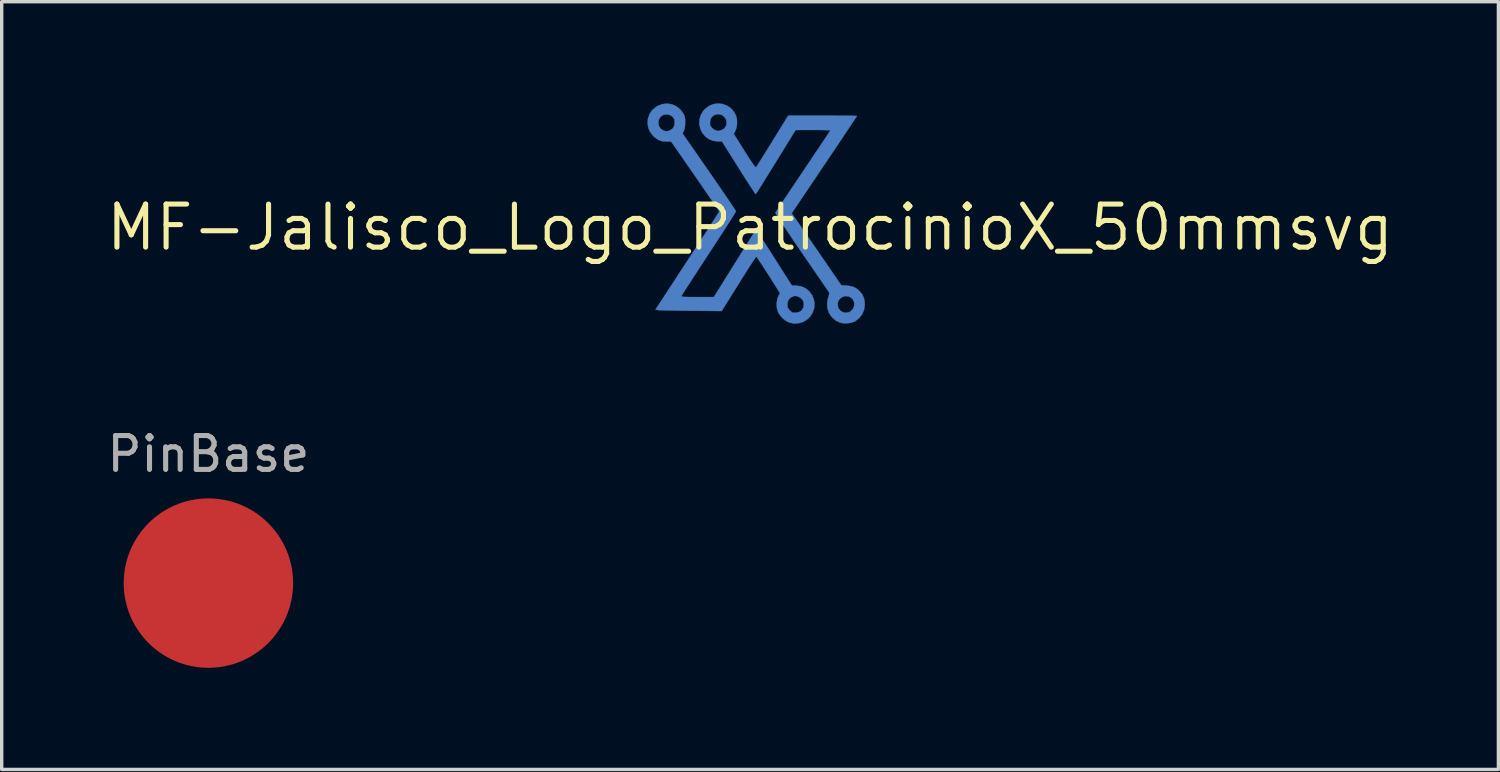
<source format=kicad_pcb>
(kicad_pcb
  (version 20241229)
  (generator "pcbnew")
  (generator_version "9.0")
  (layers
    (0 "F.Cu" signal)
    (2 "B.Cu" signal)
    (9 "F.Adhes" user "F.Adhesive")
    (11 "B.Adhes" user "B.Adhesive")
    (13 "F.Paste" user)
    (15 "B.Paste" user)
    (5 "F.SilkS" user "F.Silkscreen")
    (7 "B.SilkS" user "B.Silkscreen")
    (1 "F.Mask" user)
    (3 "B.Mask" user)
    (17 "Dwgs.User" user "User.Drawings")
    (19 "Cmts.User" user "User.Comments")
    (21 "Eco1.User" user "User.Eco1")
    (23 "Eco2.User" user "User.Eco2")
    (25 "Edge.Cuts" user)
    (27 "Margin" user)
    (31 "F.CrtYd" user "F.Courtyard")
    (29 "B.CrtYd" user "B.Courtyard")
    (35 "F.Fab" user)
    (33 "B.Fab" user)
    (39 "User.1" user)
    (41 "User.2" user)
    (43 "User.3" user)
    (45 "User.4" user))
  (footprint "MF-Jalisco_Logo_PatrocinioX_50mmsvg"
    (layer "F.Cu")
    (at 19.088 3.664)
    (property "Reference" "MF-Jalisco_Logo_PatrocinioX_50mmsvg" (at 0 0 0) (layer "F.SilkS") (effects (font (size 1.27 1.27) (thickness 0.15))))
    (attr through_hole)
    (fp_poly (pts (xy -2.304 -3.634) (xy -2.173 -3.575) (xy -2.058 -3.482) (xy -1.974 -3.369) (xy -1.943 -3.311) (xy -1.926 -3.257) (xy -1.917 -3.191) (xy -1.916 -3.101) (xy -1.92 -2.987) (xy -1.935 -2.903) (xy -1.954 -2.854) (xy -1.993 -2.776) (xy -1.205 -1.639) (xy -1.069 -1.443) (xy -0.941 -1.257) (xy -0.822 -1.084) (xy -0.714 -0.926) (xy -0.62 -0.788) (xy -0.541 -0.671) (xy -0.48 -0.579) (xy -0.438 -0.514) (xy -0.418 -0.481) (xy -0.416 -0.477) (xy -0.428 -0.455) (xy -0.46 -0.401) (xy -0.512 -0.317) (xy -0.582 -0.207) (xy -0.668 -0.074) (xy -0.767 0.081) (xy -0.879 0.253) (xy -1 0.44) (xy -1.13 0.639) (xy -1.213 0.766) (xy -1.347 0.971) (xy -1.475 1.167) (xy -1.593 1.349) (xy -1.702 1.516) (xy -1.797 1.664) (xy -1.879 1.79) (xy -1.944 1.891) (xy -1.991 1.965) (xy -2.018 2.008) (xy -2.023 2.018) (xy -2.024 2.03) (xy -2.015 2.038) (xy -1.99 2.044) (xy -1.944 2.049) (xy -1.874 2.051) (xy -1.773 2.053) (xy -1.638 2.053) (xy -1.552 2.053) (xy -1.068 2.053) (xy -0.471 1.095) (xy -0.357 0.912) (xy -0.249 0.739) (xy -0.149 0.579) (xy -0.06 0.436) (xy 0.017 0.314) (xy 0.079 0.216) (xy 0.123 0.145) (xy 0.149 0.106) (xy 0.154 0.099) (xy 0.162 0.092) (xy 0.174 0.095) (xy 0.191 0.108) (xy 0.216 0.137) (xy 0.25 0.182) (xy 0.296 0.248) (xy 0.355 0.337) (xy 0.429 0.451) (xy 0.521 0.594) (xy 0.632 0.768) (xy 0.708 0.887) (xy 1.234 1.714) (xy 1.352 1.715) (xy 1.5 1.735) (xy 1.632 1.792) (xy 1.743 1.88) (xy 1.829 1.994) (xy 1.883 2.131) (xy 1.899 2.223) (xy 1.894 2.371) (xy 1.852 2.506) (xy 1.779 2.623) (xy 1.682 2.718) (xy 1.564 2.788) (xy 1.432 2.827) (xy 1.29 2.833) (xy 1.15 2.802) (xy 1.039 2.744) (xy 0.937 2.656) (xy 0.855 2.551) (xy 0.826 2.495) (xy 0.792 2.371) (xy 0.788 2.287) (xy 1.101 2.287) (xy 1.107 2.35) (xy 1.132 2.4) (xy 1.175 2.45) (xy 1.223 2.493) (xy 1.262 2.514) (xy 1.313 2.517) (xy 1.359 2.514) (xy 1.435 2.501) (xy 1.487 2.475) (xy 1.528 2.437) (xy 1.576 2.355) (xy 1.589 2.262) (xy 1.568 2.172) (xy 1.542 2.128) (xy 1.483 2.073) (xy 1.41 2.035) (xy 1.338 2.019) (xy 1.305 2.022) (xy 1.204 2.064) (xy 1.139 2.128) (xy 1.106 2.217) (xy 1.101 2.287) (xy 0.788 2.287) (xy 0.786 2.236) (xy 0.806 2.105) (xy 0.839 2.021) (xy 0.883 1.936) (xy 0.542 1.398) (xy 0.456 1.264) (xy 0.377 1.141) (xy 0.307 1.035) (xy 0.25 0.95) (xy 0.209 0.891) (xy 0.186 0.862) (xy 0.183 0.859) (xy 0.168 0.876) (xy 0.134 0.926) (xy 0.082 1.004) (xy 0.014 1.107) (xy -0.066 1.232) (xy -0.157 1.376) (xy -0.256 1.533) (xy -0.336 1.662) (xy -0.838 2.466) (xy -1.754 2.458) (xy -1.949 2.456) (xy -2.133 2.453) (xy -2.301 2.45) (xy -2.448 2.447) (xy -2.569 2.444) (xy -2.66 2.441) (xy -2.716 2.438) (xy -2.731 2.436) (xy -2.792 2.424) (xy -1.851 0.985) (xy -1.706 0.762) (xy -1.567 0.55) (xy -1.437 0.35) (xy -1.317 0.166) (xy -1.21 -0.001) (xy -1.116 -0.146) (xy -1.037 -0.268) (xy -0.976 -0.364) (xy -0.934 -0.431) (xy -0.913 -0.466) (xy -0.91 -0.471) (xy -0.922 -0.491) (xy -0.956 -0.543) (xy -1.009 -0.623) (xy -1.081 -0.729) (xy -1.168 -0.857) (xy -1.269 -1.004) (xy -1.382 -1.168) (xy -1.503 -1.345) (xy -1.619 -1.512) (xy -2.328 -2.535) (xy -2.463 -2.536) (xy -2.593 -2.547) (xy -2.702 -2.584) (xy -2.804 -2.652) (xy -2.836 -2.679) (xy -2.935 -2.794) (xy -2.997 -2.923) (xy -3.021 -3.049) (xy -3.02 -3.089) (xy -2.71 -3.089) (xy -2.694 -3.002) (xy -2.649 -2.925) (xy -2.578 -2.872) (xy -2.503 -2.843) (xy -2.438 -2.841) (xy -2.364 -2.865) (xy -2.284 -2.919) (xy -2.237 -3) (xy -2.223 -3.095) (xy -2.238 -3.195) (xy -2.287 -3.269) (xy -2.35 -3.313) (xy -2.447 -3.342) (xy -2.545 -3.329) (xy -2.58 -3.314) (xy -2.653 -3.255) (xy -2.696 -3.177) (xy -2.71 -3.089) (xy -3.02 -3.089) (xy -3.016 -3.202) (xy -2.971 -3.341) (xy -2.89 -3.462) (xy -2.774 -3.56) (xy -2.733 -3.584) (xy -2.59 -3.64) (xy -2.445 -3.656) (xy -2.304 -3.634)) (stroke (width 0.01) (type solid)) (fill yes) (layer "B.Cu"))
    (fp_poly (pts (xy -0.813 -3.645) (xy -0.685 -3.599) (xy -0.57 -3.522) (xy -0.475 -3.415) (xy -0.413 -3.296) (xy -0.387 -3.183) (xy -0.385 -3.055) (xy -0.405 -2.931) (xy -0.437 -2.846) (xy -0.481 -2.762) (xy -0.164 -2.258) (xy -0.067 -2.106) (xy 0.009 -1.987) (xy 0.068 -1.899) (xy 0.112 -1.837) (xy 0.144 -1.799) (xy 0.165 -1.781) (xy 0.178 -1.78) (xy 0.179 -1.782) (xy 0.196 -1.805) (xy 0.232 -1.861) (xy 0.285 -1.945) (xy 0.353 -2.053) (xy 0.433 -2.181) (xy 0.523 -2.326) (xy 0.621 -2.483) (xy 0.665 -2.556) (xy 1.126 -3.302) (xy 2.14 -3.302) (xy 2.342 -3.302) (xy 2.532 -3.301) (xy 2.703 -3.3) (xy 2.853 -3.299) (xy 2.977 -3.297) (xy 3.071 -3.295) (xy 3.132 -3.293) (xy 3.154 -3.291) (xy 3.154 -3.291) (xy 3.142 -3.272) (xy 3.109 -3.221) (xy 3.055 -3.14) (xy 2.983 -3.032) (xy 2.895 -2.899) (xy 2.791 -2.744) (xy 2.675 -2.569) (xy 2.547 -2.378) (xy 2.409 -2.173) (xy 2.264 -1.957) (xy 2.191 -1.85) (xy 1.229 -0.419) (xy 1.363 -0.225) (xy 1.403 -0.169) (xy 1.463 -0.081) (xy 1.541 0.032) (xy 1.634 0.167) (xy 1.739 0.32) (xy 1.853 0.485) (xy 1.973 0.659) (xy 2.095 0.836) (xy 2.691 1.704) (xy 2.854 1.717) (xy 2.979 1.733) (xy 3.077 1.764) (xy 3.161 1.815) (xy 3.23 1.877) (xy 3.317 1.986) (xy 3.368 2.107) (xy 3.386 2.249) (xy 3.386 2.265) (xy 3.366 2.421) (xy 3.31 2.56) (xy 3.22 2.677) (xy 3.098 2.768) (xy 3.08 2.777) (xy 2.987 2.81) (xy 2.873 2.827) (xy 2.757 2.827) (xy 2.663 2.81) (xy 2.525 2.743) (xy 2.415 2.648) (xy 2.334 2.53) (xy 2.286 2.395) (xy 2.274 2.248) (xy 2.276 2.235) (xy 2.587 2.235) (xy 2.591 2.331) (xy 2.614 2.392) (xy 2.673 2.463) (xy 2.753 2.506) (xy 2.843 2.518) (xy 2.931 2.497) (xy 2.981 2.465) (xy 3.046 2.388) (xy 3.076 2.304) (xy 3.075 2.219) (xy 3.045 2.142) (xy 2.992 2.078) (xy 2.918 2.037) (xy 2.828 2.024) (xy 2.763 2.034) (xy 2.677 2.078) (xy 2.616 2.148) (xy 2.587 2.235) (xy 2.276 2.235) (xy 2.3 2.097) (xy 2.306 2.079) (xy 2.326 2.007) (xy 2.337 1.949) (xy 2.336 1.92) (xy 2.321 1.898) (xy 2.285 1.845) (xy 2.229 1.763) (xy 2.155 1.655) (xy 2.065 1.523) (xy 1.961 1.372) (xy 1.845 1.203) (xy 1.72 1.021) (xy 1.586 0.827) (xy 1.529 0.744) (xy 1.389 0.539) (xy 1.258 0.346) (xy 1.138 0.169) (xy 1.03 0.008) (xy 0.938 -0.132) (xy 0.862 -0.248) (xy 0.804 -0.339) (xy 0.766 -0.402) (xy 0.75 -0.433) (xy 0.749 -0.436) (xy 0.763 -0.458) (xy 0.798 -0.512) (xy 0.853 -0.596) (xy 0.926 -0.706) (xy 1.014 -0.839) (xy 1.117 -0.992) (xy 1.231 -1.163) (xy 1.356 -1.348) (xy 1.488 -1.545) (xy 1.566 -1.66) (xy 1.701 -1.862) (xy 1.83 -2.053) (xy 1.949 -2.231) (xy 2.058 -2.393) (xy 2.153 -2.536) (xy 2.234 -2.657) (xy 2.297 -2.754) (xy 2.342 -2.822) (xy 2.367 -2.86) (xy 2.371 -2.867) (xy 2.35 -2.87) (xy 2.294 -2.873) (xy 2.206 -2.875) (xy 2.093 -2.877) (xy 1.961 -2.878) (xy 1.857 -2.878) (xy 1.344 -2.877) (xy 0.763 -1.934) (xy 0.651 -1.753) (xy 0.546 -1.584) (xy 0.449 -1.428) (xy 0.364 -1.291) (xy 0.291 -1.175) (xy 0.233 -1.083) (xy 0.192 -1.019) (xy 0.171 -0.987) (xy 0.168 -0.984) (xy 0.155 -0.999) (xy 0.121 -1.047) (xy 0.07 -1.124) (xy 0.003 -1.226) (xy -0.077 -1.349) (xy -0.168 -1.49) (xy -0.266 -1.646) (xy -0.337 -1.758) (xy -0.829 -2.54) (xy -0.949 -2.54) (xy -1.094 -2.559) (xy -1.221 -2.611) (xy -1.326 -2.691) (xy -1.409 -2.793) (xy -1.466 -2.91) (xy -1.495 -3.038) (xy -1.495 -3.05) (xy -1.183 -3.05) (xy -1.171 -3.002) (xy -1.14 -2.956) (xy -1.133 -2.947) (xy -1.071 -2.893) (xy -0.997 -2.858) (xy -0.928 -2.849) (xy -0.91 -2.852) (xy -0.867 -2.866) (xy -0.821 -2.883) (xy -0.752 -2.929) (xy -0.706 -3.002) (xy -0.689 -3.088) (xy -0.704 -3.177) (xy -0.706 -3.182) (xy -0.761 -3.267) (xy -0.837 -3.322) (xy -0.925 -3.346) (xy -1.015 -3.336) (xy -1.099 -3.289) (xy -1.103 -3.285) (xy -1.148 -3.235) (xy -1.171 -3.178) (xy -1.18 -3.12) (xy -1.183 -3.05) (xy -1.495 -3.05) (xy -1.495 -3.17) (xy -1.461 -3.301) (xy -1.393 -3.425) (xy -1.334 -3.494) (xy -1.216 -3.585) (xy -1.085 -3.64) (xy -0.949 -3.659) (xy -0.813 -3.645)) (stroke (width 0.01) (type solid)) (fill yes) (layer "B.Cu"))
    (fp_poly (pts (xy -2.304 -3.634) (xy -2.173 -3.575) (xy -2.058 -3.482) (xy -1.974 -3.369) (xy -1.943 -3.311) (xy -1.926 -3.257) (xy -1.917 -3.191) (xy -1.916 -3.101) (xy -1.92 -2.987) (xy -1.935 -2.903) (xy -1.954 -2.854) (xy -1.993 -2.776) (xy -1.205 -1.639) (xy -1.069 -1.443) (xy -0.941 -1.257) (xy -0.822 -1.084) (xy -0.714 -0.926) (xy -0.62 -0.788) (xy -0.541 -0.671) (xy -0.48 -0.579) (xy -0.438 -0.514) (xy -0.418 -0.481) (xy -0.416 -0.477) (xy -0.428 -0.455) (xy -0.46 -0.401) (xy -0.512 -0.317) (xy -0.582 -0.207) (xy -0.668 -0.074) (xy -0.767 0.081) (xy -0.879 0.253) (xy -1 0.44) (xy -1.13 0.639) (xy -1.213 0.766) (xy -1.347 0.971) (xy -1.475 1.167) (xy -1.593 1.349) (xy -1.702 1.516) (xy -1.797 1.664) (xy -1.879 1.79) (xy -1.944 1.891) (xy -1.991 1.965) (xy -2.018 2.008) (xy -2.023 2.018) (xy -2.024 2.03) (xy -2.015 2.038) (xy -1.99 2.044) (xy -1.944 2.049) (xy -1.874 2.051) (xy -1.773 2.053) (xy -1.638 2.053) (xy -1.552 2.053) (xy -1.068 2.053) (xy -0.471 1.095) (xy -0.357 0.912) (xy -0.249 0.739) (xy -0.149 0.579) (xy -0.06 0.436) (xy 0.017 0.314) (xy 0.079 0.216) (xy 0.123 0.145) (xy 0.149 0.106) (xy 0.154 0.099) (xy 0.162 0.092) (xy 0.174 0.095) (xy 0.191 0.108) (xy 0.216 0.137) (xy 0.25 0.182) (xy 0.296 0.248) (xy 0.355 0.337) (xy 0.429 0.451) (xy 0.521 0.594) (xy 0.632 0.768) (xy 0.708 0.887) (xy 1.234 1.714) (xy 1.352 1.715) (xy 1.5 1.735) (xy 1.632 1.792) (xy 1.743 1.88) (xy 1.829 1.994) (xy 1.883 2.131) (xy 1.899 2.223) (xy 1.894 2.371) (xy 1.852 2.506) (xy 1.779 2.623) (xy 1.682 2.718) (xy 1.564 2.788) (xy 1.432 2.827) (xy 1.29 2.833) (xy 1.15 2.802) (xy 1.039 2.744) (xy 0.937 2.656) (xy 0.855 2.551) (xy 0.826 2.495) (xy 0.792 2.371) (xy 0.788 2.287) (xy 1.101 2.287) (xy 1.107 2.35) (xy 1.132 2.4) (xy 1.175 2.45) (xy 1.223 2.493) (xy 1.262 2.514) (xy 1.313 2.517) (xy 1.359 2.514) (xy 1.435 2.501) (xy 1.487 2.475) (xy 1.528 2.437) (xy 1.576 2.355) (xy 1.589 2.262) (xy 1.568 2.172) (xy 1.542 2.128) (xy 1.483 2.073) (xy 1.41 2.035) (xy 1.338 2.019) (xy 1.305 2.022) (xy 1.204 2.064) (xy 1.139 2.128) (xy 1.106 2.217) (xy 1.101 2.287) (xy 0.788 2.287) (xy 0.786 2.236) (xy 0.806 2.105) (xy 0.839 2.021) (xy 0.883 1.936) (xy 0.542 1.398) (xy 0.456 1.264) (xy 0.377 1.141) (xy 0.307 1.035) (xy 0.25 0.95) (xy 0.209 0.891) (xy 0.186 0.862) (xy 0.183 0.859) (xy 0.168 0.876) (xy 0.134 0.926) (xy 0.082 1.004) (xy 0.014 1.107) (xy -0.066 1.232) (xy -0.157 1.376) (xy -0.256 1.533) (xy -0.336 1.662) (xy -0.838 2.466) (xy -1.754 2.458) (xy -1.949 2.456) (xy -2.133 2.453) (xy -2.301 2.45) (xy -2.448 2.447) (xy -2.569 2.444) (xy -2.66 2.441) (xy -2.716 2.438) (xy -2.731 2.436) (xy -2.792 2.424) (xy -1.851 0.985) (xy -1.706 0.762) (xy -1.567 0.55) (xy -1.437 0.35) (xy -1.317 0.166) (xy -1.21 -0.001) (xy -1.116 -0.146) (xy -1.037 -0.268) (xy -0.976 -0.364) (xy -0.934 -0.431) (xy -0.913 -0.466) (xy -0.91 -0.471) (xy -0.922 -0.491) (xy -0.956 -0.543) (xy -1.009 -0.623) (xy -1.081 -0.729) (xy -1.168 -0.857) (xy -1.269 -1.004) (xy -1.382 -1.168) (xy -1.503 -1.345) (xy -1.619 -1.512) (xy -2.328 -2.535) (xy -2.463 -2.536) (xy -2.593 -2.547) (xy -2.702 -2.584) (xy -2.804 -2.652) (xy -2.836 -2.679) (xy -2.935 -2.794) (xy -2.997 -2.923) (xy -3.021 -3.049) (xy -3.02 -3.089) (xy -2.71 -3.089) (xy -2.694 -3.002) (xy -2.649 -2.925) (xy -2.578 -2.872) (xy -2.503 -2.843) (xy -2.438 -2.841) (xy -2.364 -2.865) (xy -2.284 -2.919) (xy -2.237 -3) (xy -2.223 -3.095) (xy -2.238 -3.195) (xy -2.287 -3.269) (xy -2.35 -3.313) (xy -2.447 -3.342) (xy -2.545 -3.329) (xy -2.58 -3.314) (xy -2.653 -3.255) (xy -2.696 -3.177) (xy -2.71 -3.089) (xy -3.02 -3.089) (xy -3.016 -3.202) (xy -2.971 -3.341) (xy -2.89 -3.462) (xy -2.774 -3.56) (xy -2.733 -3.584) (xy -2.59 -3.64) (xy -2.445 -3.656) (xy -2.304 -3.634)) (stroke (width 0.01) (type solid)) (fill yes) (layer "B.Mask"))
    (fp_poly (pts (xy -0.813 -3.645) (xy -0.685 -3.599) (xy -0.57 -3.522) (xy -0.475 -3.415) (xy -0.413 -3.296) (xy -0.387 -3.183) (xy -0.385 -3.055) (xy -0.405 -2.931) (xy -0.437 -2.846) (xy -0.481 -2.762) (xy -0.164 -2.258) (xy -0.067 -2.106) (xy 0.009 -1.987) (xy 0.068 -1.899) (xy 0.112 -1.837) (xy 0.144 -1.799) (xy 0.165 -1.781) (xy 0.178 -1.78) (xy 0.179 -1.782) (xy 0.196 -1.805) (xy 0.232 -1.861) (xy 0.285 -1.945) (xy 0.353 -2.053) (xy 0.433 -2.181) (xy 0.523 -2.326) (xy 0.621 -2.483) (xy 0.665 -2.556) (xy 1.126 -3.302) (xy 2.14 -3.302) (xy 2.342 -3.302) (xy 2.532 -3.301) (xy 2.703 -3.3) (xy 2.853 -3.299) (xy 2.977 -3.297) (xy 3.071 -3.295) (xy 3.132 -3.293) (xy 3.154 -3.291) (xy 3.154 -3.291) (xy 3.142 -3.272) (xy 3.109 -3.221) (xy 3.055 -3.14) (xy 2.983 -3.032) (xy 2.895 -2.899) (xy 2.791 -2.744) (xy 2.675 -2.569) (xy 2.547 -2.378) (xy 2.409 -2.173) (xy 2.264 -1.957) (xy 2.191 -1.85) (xy 1.229 -0.419) (xy 1.363 -0.225) (xy 1.403 -0.169) (xy 1.463 -0.081) (xy 1.541 0.032) (xy 1.634 0.167) (xy 1.739 0.32) (xy 1.853 0.485) (xy 1.973 0.659) (xy 2.095 0.836) (xy 2.691 1.704) (xy 2.854 1.717) (xy 2.979 1.733) (xy 3.077 1.764) (xy 3.161 1.815) (xy 3.23 1.877) (xy 3.317 1.986) (xy 3.368 2.107) (xy 3.386 2.249) (xy 3.386 2.265) (xy 3.366 2.421) (xy 3.31 2.56) (xy 3.22 2.677) (xy 3.098 2.768) (xy 3.08 2.777) (xy 2.987 2.81) (xy 2.873 2.827) (xy 2.757 2.827) (xy 2.663 2.81) (xy 2.525 2.743) (xy 2.415 2.648) (xy 2.334 2.53) (xy 2.286 2.395) (xy 2.274 2.248) (xy 2.276 2.235) (xy 2.587 2.235) (xy 2.591 2.331) (xy 2.614 2.392) (xy 2.673 2.463) (xy 2.753 2.506) (xy 2.843 2.518) (xy 2.931 2.497) (xy 2.981 2.465) (xy 3.046 2.388) (xy 3.076 2.304) (xy 3.075 2.219) (xy 3.045 2.142) (xy 2.992 2.078) (xy 2.918 2.037) (xy 2.828 2.024) (xy 2.763 2.034) (xy 2.677 2.078) (xy 2.616 2.148) (xy 2.587 2.235) (xy 2.276 2.235) (xy 2.3 2.097) (xy 2.306 2.079) (xy 2.326 2.007) (xy 2.337 1.949) (xy 2.336 1.92) (xy 2.321 1.898) (xy 2.285 1.845) (xy 2.229 1.763) (xy 2.155 1.655) (xy 2.065 1.523) (xy 1.961 1.372) (xy 1.845 1.203) (xy 1.72 1.021) (xy 1.586 0.827) (xy 1.529 0.744) (xy 1.389 0.539) (xy 1.258 0.346) (xy 1.138 0.169) (xy 1.03 0.008) (xy 0.938 -0.132) (xy 0.862 -0.248) (xy 0.804 -0.339) (xy 0.766 -0.402) (xy 0.75 -0.433) (xy 0.749 -0.436) (xy 0.763 -0.458) (xy 0.798 -0.512) (xy 0.853 -0.596) (xy 0.926 -0.706) (xy 1.014 -0.839) (xy 1.117 -0.992) (xy 1.231 -1.163) (xy 1.356 -1.348) (xy 1.488 -1.545) (xy 1.566 -1.66) (xy 1.701 -1.862) (xy 1.83 -2.053) (xy 1.949 -2.231) (xy 2.058 -2.393) (xy 2.153 -2.536) (xy 2.234 -2.657) (xy 2.297 -2.754) (xy 2.342 -2.822) (xy 2.367 -2.86) (xy 2.371 -2.867) (xy 2.35 -2.87) (xy 2.294 -2.873) (xy 2.206 -2.875) (xy 2.093 -2.877) (xy 1.961 -2.878) (xy 1.857 -2.878) (xy 1.344 -2.877) (xy 0.763 -1.934) (xy 0.651 -1.753) (xy 0.546 -1.584) (xy 0.449 -1.428) (xy 0.364 -1.291) (xy 0.291 -1.175) (xy 0.233 -1.083) (xy 0.192 -1.019) (xy 0.171 -0.987) (xy 0.168 -0.984) (xy 0.155 -0.999) (xy 0.121 -1.047) (xy 0.07 -1.124) (xy 0.003 -1.226) (xy -0.077 -1.349) (xy -0.168 -1.49) (xy -0.266 -1.646) (xy -0.337 -1.758) (xy -0.829 -2.54) (xy -0.949 -2.54) (xy -1.094 -2.559) (xy -1.221 -2.611) (xy -1.326 -2.691) (xy -1.409 -2.793) (xy -1.466 -2.91) (xy -1.495 -3.038) (xy -1.495 -3.05) (xy -1.183 -3.05) (xy -1.171 -3.002) (xy -1.14 -2.956) (xy -1.133 -2.947) (xy -1.071 -2.893) (xy -0.997 -2.858) (xy -0.928 -2.849) (xy -0.91 -2.852) (xy -0.867 -2.866) (xy -0.821 -2.883) (xy -0.752 -2.929) (xy -0.706 -3.002) (xy -0.689 -3.088) (xy -0.704 -3.177) (xy -0.706 -3.182) (xy -0.761 -3.267) (xy -0.837 -3.322) (xy -0.925 -3.346) (xy -1.015 -3.336) (xy -1.099 -3.289) (xy -1.103 -3.285) (xy -1.148 -3.235) (xy -1.171 -3.178) (xy -1.18 -3.12) (xy -1.183 -3.05) (xy -1.495 -3.05) (xy -1.495 -3.17) (xy -1.461 -3.301) (xy -1.393 -3.425) (xy -1.334 -3.494) (xy -1.216 -3.585) (xy -1.085 -3.64) (xy -0.949 -3.659) (xy -0.813 -3.645)) (stroke (width 0.01) (type solid)) (fill yes) (layer "B.Mask")))
  (footprint "PinBase"
    (layer "F.Cu")
    (at 3.101 14.16)
    (property "Reference" "PinBase" (at 0 -3.81 0) (layer "F.Fab") (effects (font (size 1 1) (thickness 0.15))))
    (attr through_hole)
    (pad "" smd circle (at 0 0) (size 5 5) (layers "F.Cu" "F.Mask" "F.Paste")))
  (gr_rect
    (start -3 -3)
    (end 41.175 19.66)
    (stroke (width 0.1) (type default))
    (fill no)
    (layer "Edge.Cuts")))
</source>
